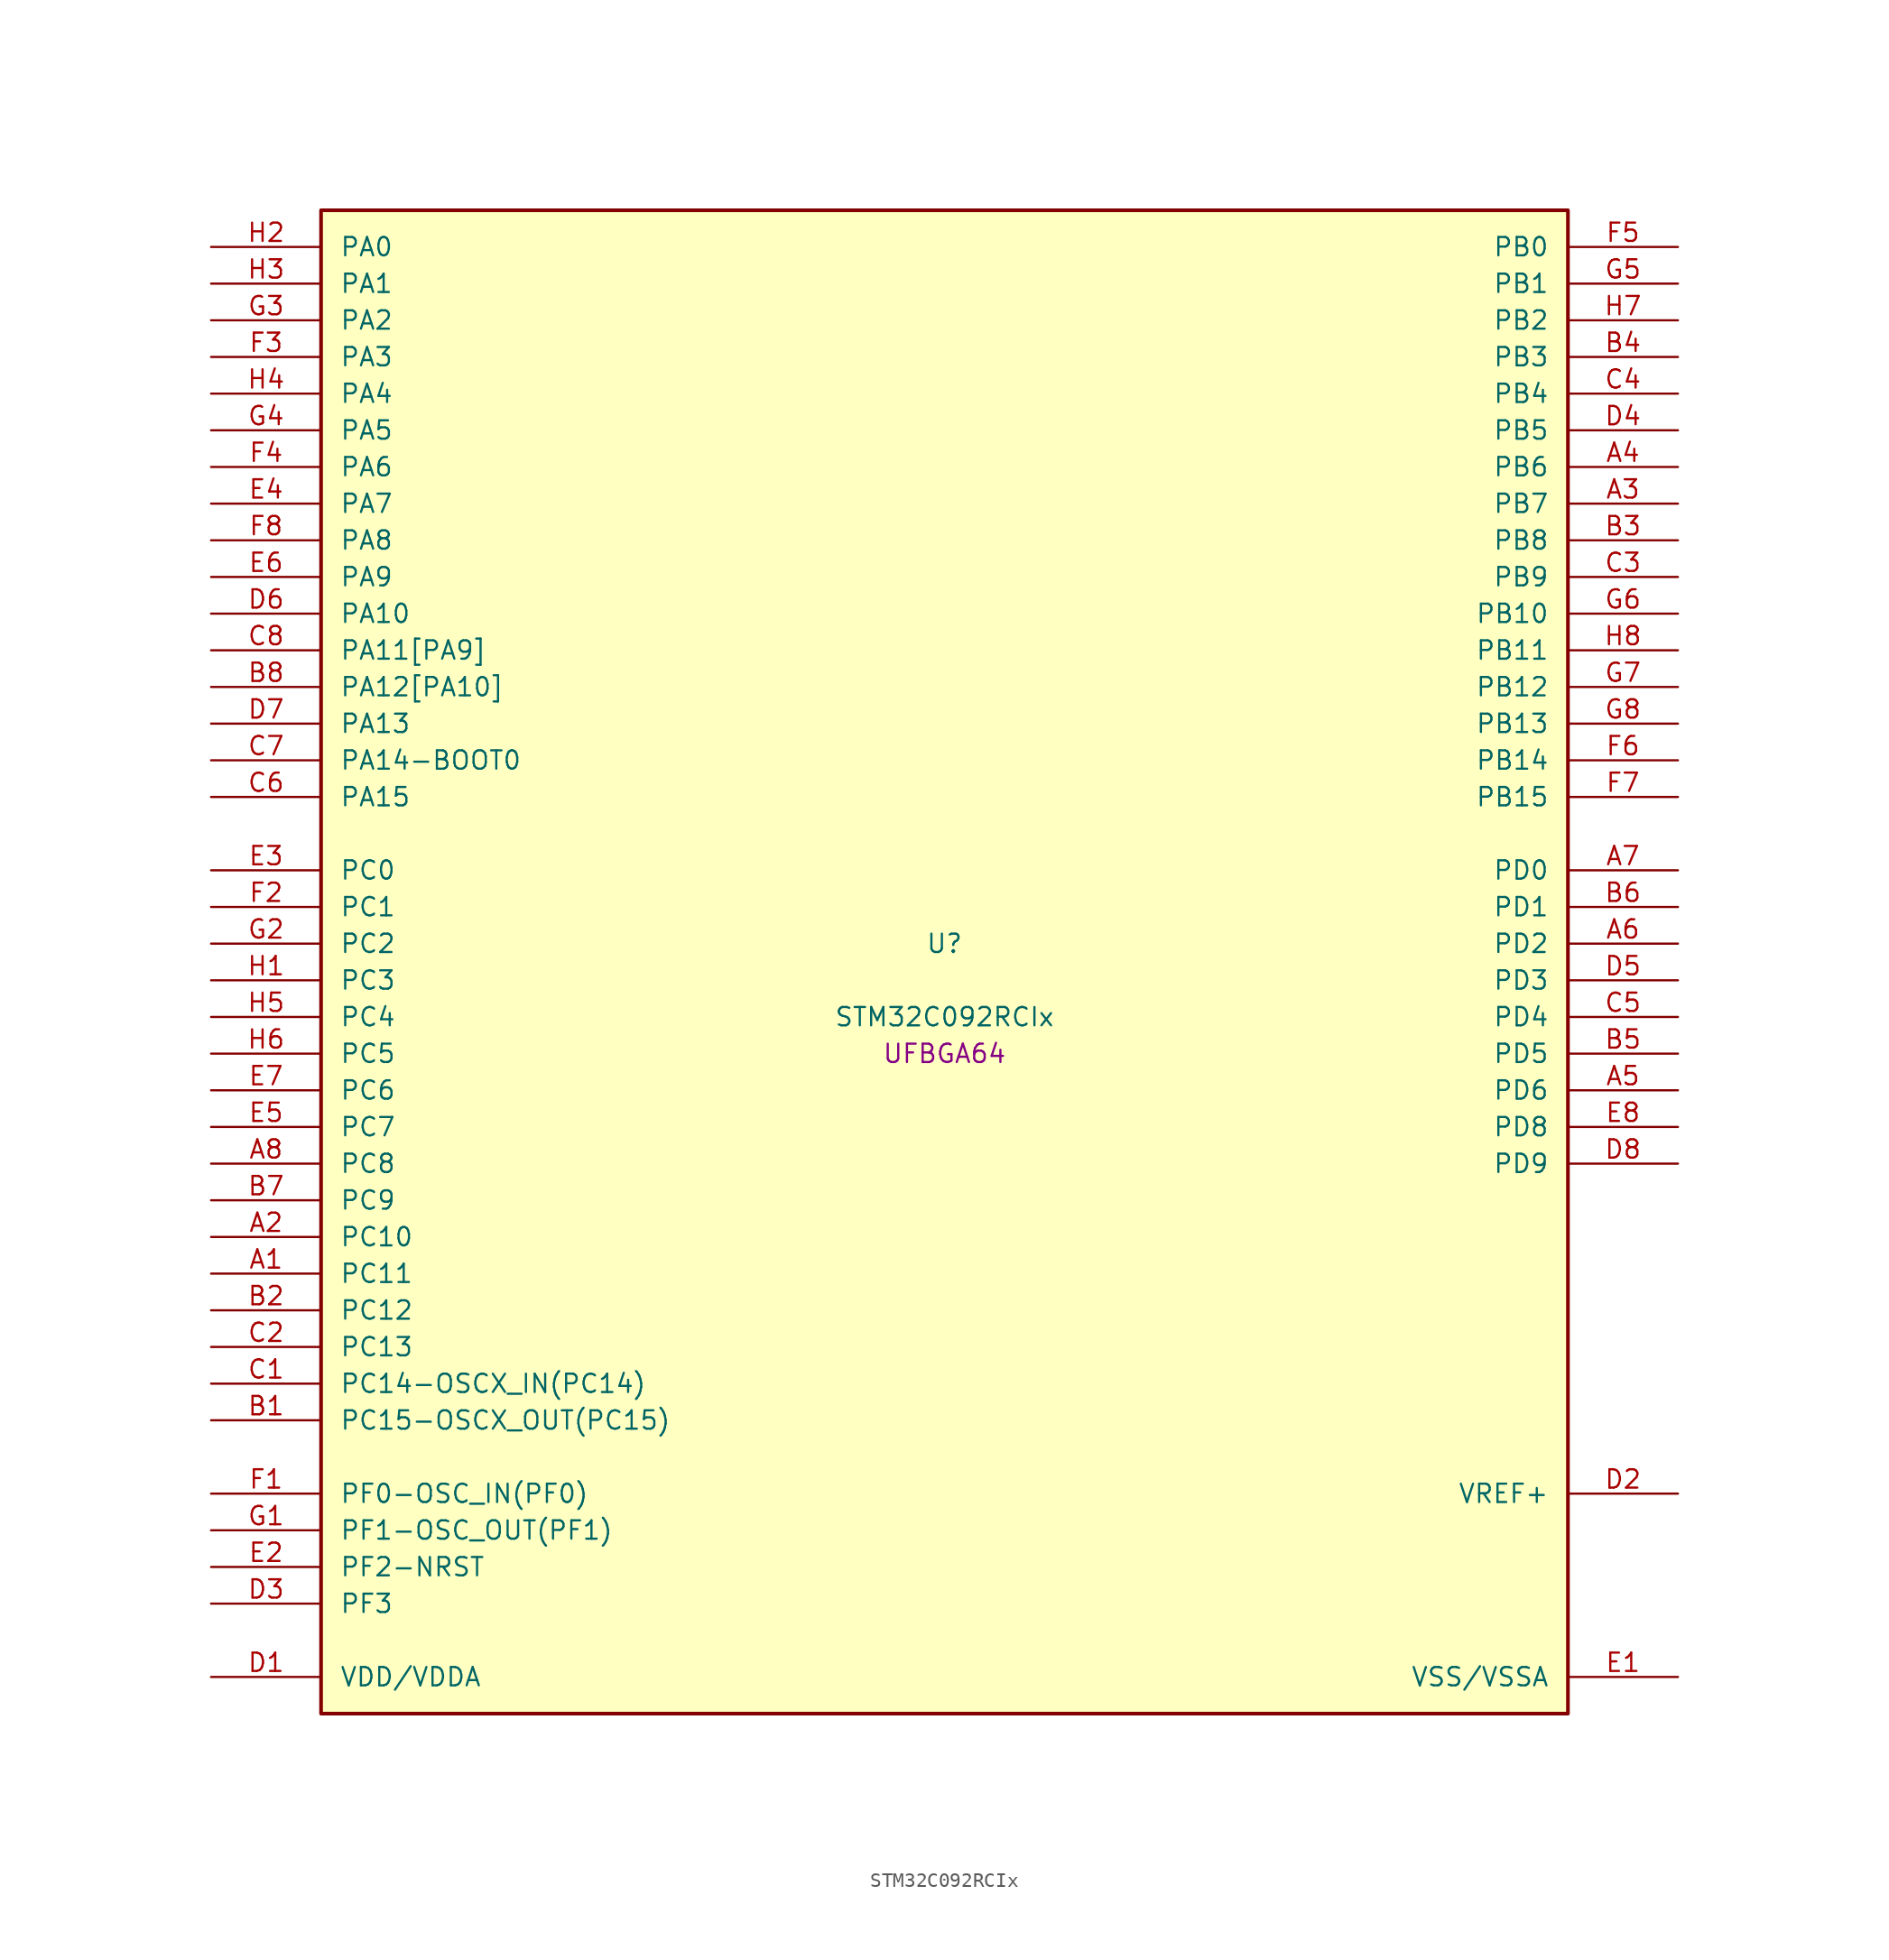
<source format=kicad_sym>
(kicad_symbol_lib
  (version 20241209)
  (generator "stm32_pkl_generator")
  (generator_version "1.0")
  (symbol "STM32C092RCIx"
    (pin_names
      (offset 1.27))
    (property "Reference" "U"
      (at 0 2.54 0))
    (property "Value" "STM32C092RCIx"
      (at 0 -2.54 0))
    (property "Footprint" "UFBGA64"
      (at 0 -5.08 0))
    (symbol "STM32C092RCIx_1_1"
      (rectangle (start -43.18 53.34) (end 43.18 -50.8) (stroke (width 0.254) (type solid)) (fill (type background)))
      (pin bidirectional line (at -50.8 50.8 0) (length 7.62) (name "PA0") (number "H2") (alternate "PA0/ADC1_IN0" bidirectional line) (alternate "PA0/PWR_WKUP1" bidirectional line) (alternate "PA0/SPI2_SCK" bidirectional line) (alternate "PA0/TIM16_CH1" bidirectional line) (alternate "PA0/TIM1_CH1" bidirectional line) (alternate "PA0/TIM2_CH1" bidirectional line) (alternate "PA0/TIM2_ETR" bidirectional line) (alternate "PA0/USART1_TX" bidirectional line) (alternate "PA0/USART2_CTS" bidirectional line) (alternate "PA0/USART2_NSS" bidirectional line) (alternate "PA0/USART4_TX" bidirectional line))
      (pin bidirectional line (at -50.8 48.26 0) (length 7.62) (name "PA1") (number "H3") (alternate "PA1/ADC1_IN1" bidirectional line) (alternate "PA1/I2C1_SMBA" bidirectional line) (alternate "PA1/I2S1_CK" bidirectional line) (alternate "PA1/SPI1_SCK" bidirectional line) (alternate "PA1/TIM15_CH1N" bidirectional line) (alternate "PA1/TIM17_CH1" bidirectional line) (alternate "PA1/TIM1_CH2" bidirectional line) (alternate "PA1/TIM2_CH2" bidirectional line) (alternate "PA1/USART1_RX" bidirectional line) (alternate "PA1/USART2_CK" bidirectional line) (alternate "PA1/USART2_DE" bidirectional line) (alternate "PA1/USART2_RTS" bidirectional line) (alternate "PA1/USART4_RX" bidirectional line))
      (pin bidirectional line (at -50.8 45.72 0) (length 7.62) (name "PA2") (number "G3") (alternate "PA2/ADC1_IN2" bidirectional line) (alternate "PA2/I2S1_SD" bidirectional line) (alternate "PA2/PWR_WKUP4" bidirectional line) (alternate "PA2/RCC_LSCO" bidirectional line) (alternate "PA2/SPI1_MOSI" bidirectional line) (alternate "PA2/TIM15_CH1" bidirectional line) (alternate "PA2/TIM16_CH1N" bidirectional line) (alternate "PA2/TIM1_CH3" bidirectional line) (alternate "PA2/TIM2_CH3" bidirectional line) (alternate "PA2/TIM3_ETR" bidirectional line) (alternate "PA2/USART2_TX" bidirectional line))
      (pin bidirectional line (at -50.8 43.18 0) (length 7.62) (name "PA3") (number "F3") (alternate "PA3/ADC1_IN3" bidirectional line) (alternate "PA3/SPI2_MISO" bidirectional line) (alternate "PA3/TIM15_CH2" bidirectional line) (alternate "PA3/TIM1_CH1N" bidirectional line) (alternate "PA3/TIM1_CH4" bidirectional line) (alternate "PA3/TIM2_CH4" bidirectional line) (alternate "PA3/USART2_RX" bidirectional line))
      (pin bidirectional line (at -50.8 40.64 0) (length 7.62) (name "PA4") (number "H4") (alternate "PA4/ADC1_IN4" bidirectional line) (alternate "PA4/I2S1_WS" bidirectional line) (alternate "PA4/RTC_OUT2" bidirectional line) (alternate "PA4/SPI1_NSS" bidirectional line) (alternate "PA4/SPI2_MOSI" bidirectional line) (alternate "PA4/TIM14_CH1" bidirectional line) (alternate "PA4/TIM17_CH1N" bidirectional line) (alternate "PA4/TIM1_CH2N" bidirectional line) (alternate "PA4/USART2_TX" bidirectional line))
      (pin bidirectional line (at -50.8 38.1 0) (length 7.62) (name "PA5") (number "G4") (alternate "PA5/ADC1_IN5" bidirectional line) (alternate "PA5/I2S1_CK" bidirectional line) (alternate "PA5/SPI1_SCK" bidirectional line) (alternate "PA5/TIM1_CH1" bidirectional line) (alternate "PA5/TIM1_CH3N" bidirectional line) (alternate "PA5/TIM2_CH1" bidirectional line) (alternate "PA5/TIM2_ETR" bidirectional line) (alternate "PA5/USART2_RX" bidirectional line) (alternate "PA5/USART3_TX" bidirectional line))
      (pin bidirectional line (at -50.8 35.56 0) (length 7.62) (name "PA6") (number "F4") (alternate "PA6/ADC1_IN6" bidirectional line) (alternate "PA6/I2C2_SDA" bidirectional line) (alternate "PA6/I2S1_MCK" bidirectional line) (alternate "PA6/SPI1_MISO" bidirectional line) (alternate "PA6/TIM16_CH1" bidirectional line) (alternate "PA6/TIM1_BKIN" bidirectional line) (alternate "PA6/TIM3_CH1" bidirectional line) (alternate "PA6/USART3_CTS" bidirectional line) (alternate "PA6/USART3_NSS" bidirectional line))
      (pin bidirectional line (at -50.8 33.02 0) (length 7.62) (name "PA7") (number "E4") (alternate "PA7/ADC1_IN7" bidirectional line) (alternate "PA7/I2C2_SCL" bidirectional line) (alternate "PA7/I2S1_SD" bidirectional line) (alternate "PA7/SPI1_MOSI" bidirectional line) (alternate "PA7/TIM14_CH1" bidirectional line) (alternate "PA7/TIM17_CH1" bidirectional line) (alternate "PA7/TIM1_CH1N" bidirectional line) (alternate "PA7/TIM3_CH2" bidirectional line))
      (pin bidirectional line (at -50.8 30.48 0) (length 7.62) (name "PA8") (number "F8") (alternate "PA8/ADC1_IN8" bidirectional line) (alternate "PA8/I2S1_WS" bidirectional line) (alternate "PA8/RCC_MCO" bidirectional line) (alternate "PA8/RCC_MCO_2" bidirectional line) (alternate "PA8/SPI1_NSS" bidirectional line) (alternate "PA8/SPI2_MISO" bidirectional line) (alternate "PA8/SPI2_NSS" bidirectional line) (alternate "PA8/TIM14_CH1" bidirectional line) (alternate "PA8/TIM1_CH1" bidirectional line) (alternate "PA8/TIM1_CH2N" bidirectional line) (alternate "PA8/TIM1_CH3N" bidirectional line) (alternate "PA8/TIM3_CH3" bidirectional line) (alternate "PA8/TIM3_CH4" bidirectional line) (alternate "PA8/USART1_RX" bidirectional line) (alternate "PA8/USART2_TX" bidirectional line))
      (pin bidirectional line (at -50.8 27.94 0) (length 7.62) (name "PA9") (number "E6") (alternate "PA9/I2C1_SCL" bidirectional line) (alternate "PA9/I2C2_SCL" bidirectional line) (alternate "PA9/RCC_MCO" bidirectional line) (alternate "PA9/SPI2_MISO" bidirectional line) (alternate "PA9/TIM15_BKIN" bidirectional line) (alternate "PA9/TIM1_CH2" bidirectional line) (alternate "PA9/TIM3_ETR" bidirectional line) (alternate "PA9/USART1_TX" bidirectional line) (alternate "PA9/NC" bidirectional line))
      (pin bidirectional line (at -50.8 25.4 0) (length 7.62) (name "PA10") (number "D6") (alternate "PA10/I2C1_SDA" bidirectional line) (alternate "PA10/I2C2_SDA" bidirectional line) (alternate "PA10/RCC_MCO_2" bidirectional line) (alternate "PA10/SPI2_MOSI" bidirectional line) (alternate "PA10/TIM17_BKIN" bidirectional line) (alternate "PA10/TIM1_CH3" bidirectional line) (alternate "PA10/USART1_RX" bidirectional line) (alternate "PA10/NC" bidirectional line))
      (pin bidirectional line (at -50.8 22.86 0) (length 7.62) (name "PA11[PA9]") (number "C8") (alternate "PA11[PA9]/ADC1_EXTI11" bidirectional line) (alternate "PA11[PA9]/FDCAN1_RX" bidirectional line) (alternate "PA11[PA9]/I2C2_SCL" bidirectional line) (alternate "PA11[PA9]/I2S1_MCK" bidirectional line) (alternate "PA11[PA9]/SPI1_MISO" bidirectional line) (alternate "PA11[PA9]/TIM1_BKIN2" bidirectional line) (alternate "PA11[PA9]/TIM1_CH4" bidirectional line) (alternate "PA11[PA9]/USART1_CTS" bidirectional line) (alternate "PA11[PA9]/USART1_NSS" bidirectional line) (alternate "PA11[PA9]/PA9[PA11]" bidirectional line) (alternate "PA11[PA9]/I2C1_SCL" bidirectional line) (alternate "PA11[PA9]/RCC_MCO" bidirectional line) (alternate "PA11[PA9]/SPI2_MISO" bidirectional line) (alternate "PA11[PA9]/TIM15_BKIN" bidirectional line) (alternate "PA11[PA9]/TIM1_CH2" bidirectional line) (alternate "PA11[PA9]/TIM3_ETR" bidirectional line) (alternate "PA11[PA9]/USART1_TX" bidirectional line))
      (pin bidirectional line (at -50.8 20.32 0) (length 7.62) (name "PA12[PA10]") (number "B8") (alternate "PA12[PA10]/FDCAN1_TX" bidirectional line) (alternate "PA12[PA10]/I2C2_SDA" bidirectional line) (alternate "PA12[PA10]/I2S1_SD" bidirectional line) (alternate "PA12[PA10]/I2S_CKIN" bidirectional line) (alternate "PA12[PA10]/SPI1_MOSI" bidirectional line) (alternate "PA12[PA10]/TIM1_ETR" bidirectional line) (alternate "PA12[PA10]/USART1_CK" bidirectional line) (alternate "PA12[PA10]/USART1_DE" bidirectional line) (alternate "PA12[PA10]/USART1_RTS" bidirectional line) (alternate "PA12[PA10]/PA10[PA12]" bidirectional line) (alternate "PA12[PA10]/I2C1_SDA" bidirectional line) (alternate "PA12[PA10]/RCC_MCO_2" bidirectional line) (alternate "PA12[PA10]/SPI2_MOSI" bidirectional line) (alternate "PA12[PA10]/TIM17_BKIN" bidirectional line) (alternate "PA12[PA10]/TIM1_CH3" bidirectional line) (alternate "PA12[PA10]/USART1_RX" bidirectional line))
      (pin bidirectional line (at -50.8 17.78 0) (length 7.62) (name "PA13") (number "D7") (alternate "PA13/ADC1_IN13" bidirectional line) (alternate "PA13/DEBUG_SWDIO" bidirectional line) (alternate "PA13/IR_OUT" bidirectional line) (alternate "PA13/TIM3_ETR" bidirectional line) (alternate "PA13/USART2_RX" bidirectional line))
      (pin bidirectional line (at -50.8 15.24 0) (length 7.62) (name "PA14-BOOT0") (number "C7") (alternate "PA14-BOOT0/ADC1_IN14" bidirectional line) (alternate "PA14-BOOT0/BOOT0" bidirectional line) (alternate "PA14-BOOT0/DEBUG_SWCLK" bidirectional line) (alternate "PA14-BOOT0/I2S1_WS" bidirectional line) (alternate "PA14-BOOT0/RCC_MCO_2" bidirectional line) (alternate "PA14-BOOT0/SPI1_NSS" bidirectional line) (alternate "PA14-BOOT0/TIM1_CH1" bidirectional line) (alternate "PA14-BOOT0/USART1_CK" bidirectional line) (alternate "PA14-BOOT0/USART1_DE" bidirectional line) (alternate "PA14-BOOT0/USART1_RTS" bidirectional line) (alternate "PA14-BOOT0/USART2_RX" bidirectional line) (alternate "PA14-BOOT0/USART2_TX" bidirectional line))
      (pin bidirectional line (at -50.8 12.7 0) (length 7.62) (name "PA15") (number "C6") (alternate "PA15/I2S1_WS" bidirectional line) (alternate "PA15/RCC_MCO_2" bidirectional line) (alternate "PA15/SPI1_NSS" bidirectional line) (alternate "PA15/TIM1_CH1" bidirectional line) (alternate "PA15/TIM2_CH1" bidirectional line) (alternate "PA15/TIM2_ETR" bidirectional line) (alternate "PA15/USART1_CK" bidirectional line) (alternate "PA15/USART1_DE" bidirectional line) (alternate "PA15/USART1_RTS" bidirectional line) (alternate "PA15/USART2_RX" bidirectional line) (alternate "PA15/USART3_CK" bidirectional line) (alternate "PA15/USART3_DE" bidirectional line) (alternate "PA15/USART3_RTS" bidirectional line) (alternate "PA15/USART4_CK" bidirectional line) (alternate "PA15/USART4_DE" bidirectional line) (alternate "PA15/USART4_RTS" bidirectional line))
      (pin bidirectional line (at 50.8 50.8 180) (length 7.62) (name "PB0") (number "F5") (alternate "PB0/ADC1_IN17" bidirectional line) (alternate "PB0/FDCAN1_RX" bidirectional line) (alternate "PB0/I2S1_WS" bidirectional line) (alternate "PB0/SPI1_NSS" bidirectional line) (alternate "PB0/TIM1_CH2N" bidirectional line) (alternate "PB0/TIM3_CH3" bidirectional line) (alternate "PB0/USART3_RX" bidirectional line))
      (pin bidirectional line (at 50.8 48.26 180) (length 7.62) (name "PB1") (number "G5") (alternate "PB1/ADC1_IN18" bidirectional line) (alternate "PB1/FDCAN1_TX" bidirectional line) (alternate "PB1/TIM14_CH1" bidirectional line) (alternate "PB1/TIM1_CH2N" bidirectional line) (alternate "PB1/TIM1_CH3N" bidirectional line) (alternate "PB1/TIM3_CH4" bidirectional line) (alternate "PB1/USART3_CK" bidirectional line) (alternate "PB1/USART3_DE" bidirectional line) (alternate "PB1/USART3_RTS" bidirectional line))
      (pin bidirectional line (at 50.8 45.72 180) (length 7.62) (name "PB2") (number "H7") (alternate "PB2/ADC1_IN19" bidirectional line) (alternate "PB2/RCC_MCO_2" bidirectional line) (alternate "PB2/SPI2_MISO" bidirectional line) (alternate "PB2/USART1_RX" bidirectional line) (alternate "PB2/USART3_TX" bidirectional line))
      (pin bidirectional line (at 50.8 43.18 180) (length 7.62) (name "PB3") (number "B4") (alternate "PB3/I2C2_SCL" bidirectional line) (alternate "PB3/I2S1_CK" bidirectional line) (alternate "PB3/SPI1_SCK" bidirectional line) (alternate "PB3/TIM1_CH2" bidirectional line) (alternate "PB3/TIM2_CH2" bidirectional line) (alternate "PB3/TIM3_CH2" bidirectional line) (alternate "PB3/USART1_CK" bidirectional line) (alternate "PB3/USART1_DE" bidirectional line) (alternate "PB3/USART1_RTS" bidirectional line))
      (pin bidirectional line (at 50.8 40.64 180) (length 7.62) (name "PB4") (number "C4") (alternate "PB4/I2C2_SDA" bidirectional line) (alternate "PB4/I2S1_MCK" bidirectional line) (alternate "PB4/SPI1_MISO" bidirectional line) (alternate "PB4/TIM17_BKIN" bidirectional line) (alternate "PB4/TIM3_CH1" bidirectional line) (alternate "PB4/USART1_CTS" bidirectional line) (alternate "PB4/USART1_NSS" bidirectional line))
      (pin bidirectional line (at 50.8 38.1 180) (length 7.62) (name "PB5") (number "D4") (alternate "PB5/FDCAN1_RX" bidirectional line) (alternate "PB5/I2C1_SMBA" bidirectional line) (alternate "PB5/I2S1_SD" bidirectional line) (alternate "PB5/PWR_WKUP6" bidirectional line) (alternate "PB5/SPI1_MOSI" bidirectional line) (alternate "PB5/TIM16_BKIN" bidirectional line) (alternate "PB5/TIM3_CH2" bidirectional line) (alternate "PB5/TIM3_CH3" bidirectional line))
      (pin bidirectional line (at 50.8 35.56 180) (length 7.62) (name "PB6") (number "A4") (alternate "PB6/FDCAN1_TX" bidirectional line) (alternate "PB6/I2C1_SCL" bidirectional line) (alternate "PB6/I2C1_SMBA" bidirectional line) (alternate "PB6/I2S1_CK" bidirectional line) (alternate "PB6/I2S1_MCK" bidirectional line) (alternate "PB6/I2S1_SD" bidirectional line) (alternate "PB6/PWR_WKUP3" bidirectional line) (alternate "PB6/SPI1_MISO" bidirectional line) (alternate "PB6/SPI1_MOSI" bidirectional line) (alternate "PB6/SPI1_SCK" bidirectional line) (alternate "PB6/SPI2_MISO" bidirectional line) (alternate "PB6/TIM16_BKIN" bidirectional line) (alternate "PB6/TIM16_CH1N" bidirectional line) (alternate "PB6/TIM1_CH2" bidirectional line) (alternate "PB6/TIM1_CH3" bidirectional line) (alternate "PB6/TIM3_CH1" bidirectional line) (alternate "PB6/TIM3_CH2" bidirectional line) (alternate "PB6/TIM3_CH3" bidirectional line) (alternate "PB6/USART1_CTS" bidirectional line) (alternate "PB6/USART1_NSS" bidirectional line) (alternate "PB6/USART1_TX" bidirectional line))
      (pin bidirectional line (at 50.8 33.02 180) (length 7.62) (name "PB7") (number "A3") (alternate "PB7/I2C1_SCL" bidirectional line) (alternate "PB7/I2C1_SDA" bidirectional line) (alternate "PB7/SPI2_MOSI" bidirectional line) (alternate "PB7/TIM16_CH1" bidirectional line) (alternate "PB7/TIM17_CH1N" bidirectional line) (alternate "PB7/TIM1_CH4" bidirectional line) (alternate "PB7/TIM3_CH1" bidirectional line) (alternate "PB7/TIM3_CH4" bidirectional line) (alternate "PB7/USART1_RX" bidirectional line) (alternate "PB7/USART2_CTS" bidirectional line) (alternate "PB7/USART2_NSS" bidirectional line) (alternate "PB7/USART4_CTS" bidirectional line) (alternate "PB7/USART4_NSS" bidirectional line))
      (pin bidirectional line (at 50.8 30.48 180) (length 7.62) (name "PB8") (number "B3") (alternate "PB8/FDCAN1_RX" bidirectional line) (alternate "PB8/I2C1_SCL" bidirectional line) (alternate "PB8/SPI2_SCK" bidirectional line) (alternate "PB8/TIM15_BKIN" bidirectional line) (alternate "PB8/TIM16_CH1" bidirectional line) (alternate "PB8/TIM3_CH1" bidirectional line) (alternate "PB8/USART2_CTS" bidirectional line) (alternate "PB8/USART2_NSS" bidirectional line) (alternate "PB8/USART3_TX" bidirectional line))
      (pin bidirectional line (at 50.8 27.94 180) (length 7.62) (name "PB9") (number "C3") (alternate "PB9/FDCAN1_TX" bidirectional line) (alternate "PB9/I2C1_SDA" bidirectional line) (alternate "PB9/IR_OUT" bidirectional line) (alternate "PB9/SPI2_NSS" bidirectional line) (alternate "PB9/TIM17_CH1" bidirectional line) (alternate "PB9/TIM3_CH2" bidirectional line) (alternate "PB9/USART2_CK" bidirectional line) (alternate "PB9/USART2_DE" bidirectional line) (alternate "PB9/USART2_RTS" bidirectional line) (alternate "PB9/USART3_RX" bidirectional line))
      (pin bidirectional line (at 50.8 25.4 180) (length 7.62) (name "PB10") (number "G6") (alternate "PB10/ADC1_IN20" bidirectional line) (alternate "PB10/I2C2_SCL" bidirectional line) (alternate "PB10/SPI2_SCK" bidirectional line) (alternate "PB10/TIM2_CH3" bidirectional line) (alternate "PB10/USART3_TX" bidirectional line))
      (pin bidirectional line (at 50.8 22.86 180) (length 7.62) (name "PB11") (number "H8") (alternate "PB11/ADC1_EXTI11" bidirectional line) (alternate "PB11/ADC1_IN21" bidirectional line) (alternate "PB11/I2C2_SDA" bidirectional line) (alternate "PB11/SPI2_MOSI" bidirectional line) (alternate "PB11/TIM2_CH4" bidirectional line) (alternate "PB11/USART3_RX" bidirectional line))
      (pin bidirectional line (at 50.8 20.32 180) (length 7.62) (name "PB12") (number "G7") (alternate "PB12/ADC1_IN22" bidirectional line) (alternate "PB12/FDCAN1_RX" bidirectional line) (alternate "PB12/SPI2_NSS" bidirectional line) (alternate "PB12/TIM15_BKIN" bidirectional line) (alternate "PB12/TIM1_BKIN" bidirectional line) (alternate "PB12/TIM1_BKIN2" bidirectional line))
      (pin bidirectional line (at 50.8 17.78 180) (length 7.62) (name "PB13") (number "G8") (alternate "PB13/FDCAN1_TX" bidirectional line) (alternate "PB13/I2C2_SCL" bidirectional line) (alternate "PB13/SPI2_SCK" bidirectional line) (alternate "PB13/TIM15_CH1N" bidirectional line) (alternate "PB13/TIM1_CH1N" bidirectional line) (alternate "PB13/USART3_CTS" bidirectional line) (alternate "PB13/USART3_NSS" bidirectional line))
      (pin bidirectional line (at 50.8 15.24 180) (length 7.62) (name "PB14") (number "F6") (alternate "PB14/I2C2_SDA" bidirectional line) (alternate "PB14/SPI2_MISO" bidirectional line) (alternate "PB14/TIM15_CH1" bidirectional line) (alternate "PB14/TIM1_CH2N" bidirectional line) (alternate "PB14/USART3_CK" bidirectional line) (alternate "PB14/USART3_DE" bidirectional line) (alternate "PB14/USART3_RTS" bidirectional line))
      (pin bidirectional line (at 50.8 12.7 180) (length 7.62) (name "PB15") (number "F7") (alternate "PB15/RTC_REFIN" bidirectional line) (alternate "PB15/SPI2_MOSI" bidirectional line) (alternate "PB15/TIM15_CH1N" bidirectional line) (alternate "PB15/TIM15_CH2" bidirectional line) (alternate "PB15/TIM1_CH3N" bidirectional line))
      (pin bidirectional line (at -50.8 7.62 0) (length 7.62) (name "PC0") (number "E3") (alternate "PC0/USART3_TX" bidirectional line) (alternate "PC0/USART4_RX" bidirectional line))
      (pin bidirectional line (at -50.8 5.08 0) (length 7.62) (name "PC1") (number "F2") (alternate "PC1/TIM15_CH1" bidirectional line) (alternate "PC1/USART3_RX" bidirectional line) (alternate "PC1/USART4_TX" bidirectional line))
      (pin bidirectional line (at -50.8 2.54 0) (length 7.62) (name "PC2") (number "G2") (alternate "PC2/FDCAN1_RX" bidirectional line) (alternate "PC2/SPI2_MISO" bidirectional line) (alternate "PC2/TIM15_CH2" bidirectional line))
      (pin bidirectional line (at -50.8 0 0) (length 7.62) (name "PC3") (number "H1") (alternate "PC3/FDCAN1_TX" bidirectional line) (alternate "PC3/SPI2_MOSI" bidirectional line))
      (pin bidirectional line (at -50.8 -2.54 0) (length 7.62) (name "PC4") (number "H5") (alternate "PC4/ADC1_IN11" bidirectional line) (alternate "PC4/FDCAN1_RX" bidirectional line) (alternate "PC4/TIM2_CH1" bidirectional line) (alternate "PC4/TIM2_ETR" bidirectional line) (alternate "PC4/USART1_TX" bidirectional line) (alternate "PC4/USART3_TX" bidirectional line))
      (pin bidirectional line (at -50.8 -5.08 0) (length 7.62) (name "PC5") (number "H6") (alternate "PC5/ADC1_IN12" bidirectional line) (alternate "PC5/FDCAN1_TX" bidirectional line) (alternate "PC5/PWR_WKUP5" bidirectional line) (alternate "PC5/TIM2_CH2" bidirectional line) (alternate "PC5/USART1_RX" bidirectional line) (alternate "PC5/USART3_RX" bidirectional line))
      (pin bidirectional line (at -50.8 -7.62 0) (length 7.62) (name "PC6") (number "E7") (alternate "PC6/TIM2_CH3" bidirectional line) (alternate "PC6/TIM3_CH1" bidirectional line))
      (pin bidirectional line (at -50.8 -10.16 0) (length 7.62) (name "PC7") (number "E5") (alternate "PC7/TIM2_CH4" bidirectional line) (alternate "PC7/TIM3_CH2" bidirectional line))
      (pin bidirectional line (at -50.8 -12.7 0) (length 7.62) (name "PC8") (number "A8") (alternate "PC8/TIM1_CH1" bidirectional line) (alternate "PC8/TIM3_CH3" bidirectional line))
      (pin bidirectional line (at -50.8 -15.24 0) (length 7.62) (name "PC9") (number "B7") (alternate "PC9/I2S_CKIN" bidirectional line) (alternate "PC9/TIM1_CH2" bidirectional line) (alternate "PC9/TIM3_CH4" bidirectional line))
      (pin bidirectional line (at -50.8 -17.78 0) (length 7.62) (name "PC10") (number "A2") (alternate "PC10/TIM1_CH3" bidirectional line) (alternate "PC10/USART3_TX" bidirectional line) (alternate "PC10/USART4_TX" bidirectional line))
      (pin bidirectional line (at -50.8 -20.32 0) (length 7.62) (name "PC11") (number "A1") (alternate "PC11/ADC1_EXTI11" bidirectional line) (alternate "PC11/TIM1_CH4" bidirectional line) (alternate "PC11/USART3_RX" bidirectional line) (alternate "PC11/USART4_RX" bidirectional line))
      (pin bidirectional line (at -50.8 -22.86 0) (length 7.62) (name "PC12") (number "B2") (alternate "PC12/TIM14_CH1" bidirectional line))
      (pin bidirectional line (at -50.8 -25.4 0) (length 7.62) (name "PC13") (number "C2") (alternate "PC13/PWR_WKUP2" bidirectional line) (alternate "PC13/RTC_OUT1" bidirectional line) (alternate "PC13/RTC_TS" bidirectional line) (alternate "PC13/TIM1_BKIN" bidirectional line) (alternate "PC13/TIM1_ETR" bidirectional line))
      (pin bidirectional line (at -50.8 -27.94 0) (length 7.62) (name "PC14-OSCX_IN(PC14)") (number "C1") (alternate "PC14-OSCX_IN(PC14)/FDCAN1_TX" bidirectional line) (alternate "PC14-OSCX_IN(PC14)/I2C1_SDA" bidirectional line) (alternate "PC14-OSCX_IN(PC14)/IR_OUT" bidirectional line) (alternate "PC14-OSCX_IN(PC14)/RCC_OSCX_IN" bidirectional line) (alternate "PC14-OSCX_IN(PC14)/SPI2_NSS" bidirectional line) (alternate "PC14-OSCX_IN(PC14)/TIM17_CH1" bidirectional line) (alternate "PC14-OSCX_IN(PC14)/TIM1_BKIN2" bidirectional line) (alternate "PC14-OSCX_IN(PC14)/TIM1_ETR" bidirectional line) (alternate "PC14-OSCX_IN(PC14)/TIM3_CH2" bidirectional line) (alternate "PC14-OSCX_IN(PC14)/USART1_TX" bidirectional line) (alternate "PC14-OSCX_IN(PC14)/USART2_CK" bidirectional line) (alternate "PC14-OSCX_IN(PC14)/USART2_DE" bidirectional line) (alternate "PC14-OSCX_IN(PC14)/USART2_RTS" bidirectional line) (alternate "PC14-OSCX_IN(PC14)/USART3_TX" bidirectional line))
      (pin bidirectional line (at -50.8 -30.48 0) (length 7.62) (name "PC15-OSCX_OUT(PC15)") (number "B1") (alternate "PC15-OSCX_OUT(PC15)/RCC_OSC32_EN" bidirectional line) (alternate "PC15-OSCX_OUT(PC15)/RCC_OSCX_OUT" bidirectional line) (alternate "PC15-OSCX_OUT(PC15)/RCC_OSC_EN" bidirectional line) (alternate "PC15-OSCX_OUT(PC15)/TIM15_BKIN" bidirectional line) (alternate "PC15-OSCX_OUT(PC15)/TIM1_ETR" bidirectional line) (alternate "PC15-OSCX_OUT(PC15)/TIM3_CH3" bidirectional line))
      (pin bidirectional line (at 50.8 7.62 180) (length 7.62) (name "PD0") (number "A7") (alternate "PD0/FDCAN1_RX" bidirectional line) (alternate "PD0/SPI2_NSS" bidirectional line) (alternate "PD0/TIM16_CH1" bidirectional line))
      (pin bidirectional line (at 50.8 5.08 180) (length 7.62) (name "PD1") (number "B6") (alternate "PD1/FDCAN1_TX" bidirectional line) (alternate "PD1/SPI2_SCK" bidirectional line) (alternate "PD1/TIM17_CH1" bidirectional line))
      (pin bidirectional line (at 50.8 2.54 180) (length 7.62) (name "PD2") (number "A6") (alternate "PD2/TIM1_CH1N" bidirectional line) (alternate "PD2/TIM3_ETR" bidirectional line) (alternate "PD2/USART3_CK" bidirectional line) (alternate "PD2/USART3_DE" bidirectional line) (alternate "PD2/USART3_RTS" bidirectional line))
      (pin bidirectional line (at 50.8 0 180) (length 7.62) (name "PD3") (number "D5") (alternate "PD3/SPI2_MISO" bidirectional line) (alternate "PD3/TIM1_CH2N" bidirectional line) (alternate "PD3/USART2_CTS" bidirectional line) (alternate "PD3/USART2_NSS" bidirectional line))
      (pin bidirectional line (at 50.8 -2.54 180) (length 7.62) (name "PD4") (number "C5") (alternate "PD4/SPI2_MOSI" bidirectional line) (alternate "PD4/TIM1_CH3N" bidirectional line) (alternate "PD4/USART2_CK" bidirectional line) (alternate "PD4/USART2_DE" bidirectional line) (alternate "PD4/USART2_RTS" bidirectional line))
      (pin bidirectional line (at 50.8 -5.08 180) (length 7.62) (name "PD5") (number "B5") (alternate "PD5/I2S1_MCK" bidirectional line) (alternate "PD5/SPI1_MISO" bidirectional line) (alternate "PD5/TIM1_BKIN" bidirectional line) (alternate "PD5/USART2_TX" bidirectional line))
      (pin bidirectional line (at 50.8 -7.62 180) (length 7.62) (name "PD6") (number "A5") (alternate "PD6/I2S1_SD" bidirectional line) (alternate "PD6/SPI1_MOSI" bidirectional line) (alternate "PD6/USART2_RX" bidirectional line))
      (pin bidirectional line (at 50.8 -10.16 180) (length 7.62) (name "PD8") (number "E8") (alternate "PD8/I2S1_CK" bidirectional line) (alternate "PD8/SPI1_SCK" bidirectional line) (alternate "PD8/USART3_TX" bidirectional line))
      (pin bidirectional line (at 50.8 -12.7 180) (length 7.62) (name "PD9") (number "D8") (alternate "PD9/I2S1_WS" bidirectional line) (alternate "PD9/SPI1_NSS" bidirectional line) (alternate "PD9/TIM1_BKIN2" bidirectional line) (alternate "PD9/USART3_RX" bidirectional line))
      (pin bidirectional line (at -50.8 -35.56 0) (length 7.62) (name "PF0-OSC_IN(PF0)") (number "F1") (alternate "PF0-OSC_IN(PF0)/RCC_OSC_IN" bidirectional line) (alternate "PF0-OSC_IN(PF0)/TIM14_CH1" bidirectional line))
      (pin bidirectional line (at -50.8 -38.1 0) (length 7.62) (name "PF1-OSC_OUT(PF1)") (number "G1") (alternate "PF1-OSC_OUT(PF1)/RCC_OSC_EN" bidirectional line) (alternate "PF1-OSC_OUT(PF1)/RCC_OSC_OUT" bidirectional line) (alternate "PF1-OSC_OUT(PF1)/TIM15_CH1N" bidirectional line))
      (pin bidirectional line (at -50.8 -40.64 0) (length 7.62) (name "PF2-NRST") (number "E2") (alternate "PF2-NRST/RCC_MCO" bidirectional line) (alternate "PF2-NRST/TIM1_CH4" bidirectional line))
      (pin bidirectional line (at -50.8 -43.18 0) (length 7.62) (name "PF3") (number "D3"))
      (pin bidirectional line (at 50.8 -35.56 180) (length 7.62) (name "VREF+") (number "D2"))
      (pin power_in line (at -50.8 -48.26 0) (length 7.62) (name "VDD/VDDA") (number "D1"))
      (pin power_in line (at 50.8 -48.26 180) (length 7.62) (name "VSS/VSSA") (number "E1")))))
</source>
